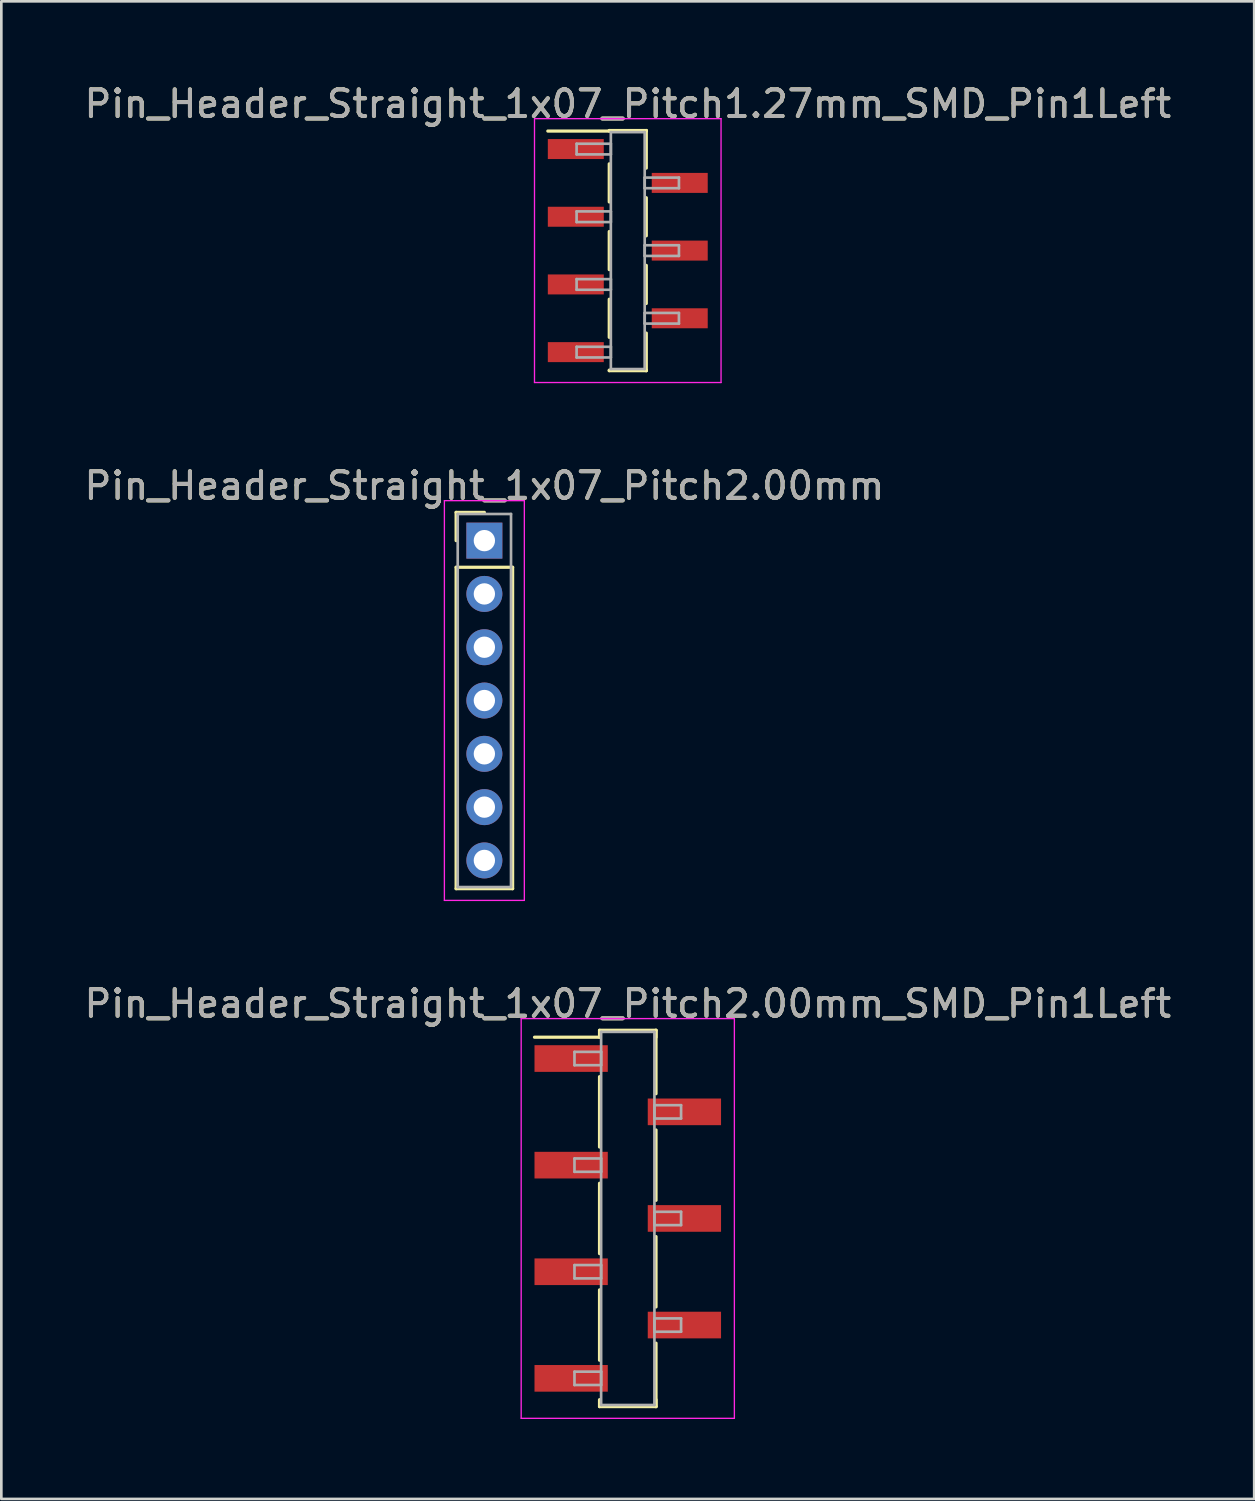
<source format=kicad_pcb>
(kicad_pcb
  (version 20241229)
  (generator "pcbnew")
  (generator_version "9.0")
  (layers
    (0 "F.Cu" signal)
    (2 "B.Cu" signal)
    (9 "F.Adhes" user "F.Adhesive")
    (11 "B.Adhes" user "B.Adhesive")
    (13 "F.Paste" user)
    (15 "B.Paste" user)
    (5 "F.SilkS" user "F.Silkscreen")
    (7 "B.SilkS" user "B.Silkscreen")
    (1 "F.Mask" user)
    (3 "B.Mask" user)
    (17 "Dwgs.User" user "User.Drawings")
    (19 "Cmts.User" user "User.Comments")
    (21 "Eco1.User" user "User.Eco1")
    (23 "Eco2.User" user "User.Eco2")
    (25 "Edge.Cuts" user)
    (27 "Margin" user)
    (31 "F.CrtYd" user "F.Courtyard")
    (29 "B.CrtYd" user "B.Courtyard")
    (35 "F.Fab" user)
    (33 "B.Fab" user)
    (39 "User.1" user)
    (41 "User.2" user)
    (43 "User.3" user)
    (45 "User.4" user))
  (footprint "Pin_Header_Straight_1x07_Pitch2.00mm"
    (layer "F.Cu")
    (at 15.125 17.236)
    (property "Reference" "Pin_Header_Straight_1x07_Pitch2.00mm" (at 0 -2.06 0) (layer "F.SilkS") (effects (font (size 1 1) (thickness 0.15))))
    (attr through_hole)
    (fp_line (start -1.06 -1.06) (end 0 -1.06) (stroke (width 0.12) (type solid)) (layer "F.SilkS"))
    (fp_line (start -1.06 0) (end -1.06 -1.06) (stroke (width 0.12) (type solid)) (layer "F.SilkS"))
    (fp_line (start -1.06 1) (end -1.06 13.06) (stroke (width 0.12) (type solid)) (layer "F.SilkS"))
    (fp_line (start -1.06 13.06) (end 1.06 13.06) (stroke (width 0.12) (type solid)) (layer "F.SilkS"))
    (fp_line (start 1.06 1) (end -1.06 1) (stroke (width 0.12) (type solid)) (layer "F.SilkS"))
    (fp_line (start 1.06 13.06) (end 1.06 1) (stroke (width 0.12) (type solid)) (layer "F.SilkS"))
    (fp_line (start -1.5 -1.5) (end -1.5 13.5) (stroke (width 0.05) (type solid)) (layer "F.CrtYd"))
    (fp_line (start -1.5 13.5) (end 1.5 13.5) (stroke (width 0.05) (type solid)) (layer "F.CrtYd"))
    (fp_line (start 1.5 -1.5) (end -1.5 -1.5) (stroke (width 0.05) (type solid)) (layer "F.CrtYd"))
    (fp_line (start 1.5 13.5) (end 1.5 -1.5) (stroke (width 0.05) (type solid)) (layer "F.CrtYd"))
    (fp_line (start -1 -1) (end -1 13) (stroke (width 0.1) (type solid)) (layer "F.Fab"))
    (fp_line (start -1 13) (end 1 13) (stroke (width 0.1) (type solid)) (layer "F.Fab"))
    (fp_line (start 1 -1) (end -1 -1) (stroke (width 0.1) (type solid)) (layer "F.Fab"))
    (fp_line (start 1 13) (end 1 -1) (stroke (width 0.1) (type solid)) (layer "F.Fab"))
    (fp_text user "${REFERENCE}" (at 0 -2.06 0) (layer "F.Fab") (effects (font (size 1 1) (thickness 0.15))))
    (pad "1" thru_hole rect (at 0 0) (size 1.35 1.35) (drill 0.8) (layers "*.Cu" "*.Mask"))
    (pad "2" thru_hole oval (at 0 2) (size 1.35 1.35) (drill 0.8) (layers "*.Cu" "*.Mask"))
    (pad "3" thru_hole oval (at 0 4) (size 1.35 1.35) (drill 0.8) (layers "*.Cu" "*.Mask"))
    (pad "4" thru_hole oval (at 0 6) (size 1.35 1.35) (drill 0.8) (layers "*.Cu" "*.Mask"))
    (pad "5" thru_hole oval (at 0 8) (size 1.35 1.35) (drill 0.8) (layers "*.Cu" "*.Mask"))
    (pad "6" thru_hole oval (at 0 10) (size 1.35 1.35) (drill 0.8) (layers "*.Cu" "*.Mask"))
    (pad "7" thru_hole oval (at 0 12) (size 1.35 1.35) (drill 0.8) (layers "*.Cu" "*.Mask")))
  (footprint "Pin_Header_Straight_1x07_Pitch1.27mm_SMD_Pin1Left"
    (layer "F.Cu")
    (at 20.506 6.353)
    (property "Reference" "Pin_Header_Straight_1x07_Pitch1.27mm_SMD_Pin1Left" (at 0 -5.505 0) (layer "F.SilkS") (effects (font (size 1 1) (thickness 0.15))))
    (attr smd)
    (fp_line (start -0.695 -4.505) (end 0.695 -4.505) (stroke (width 0.12) (type solid)) (layer "F.SilkS"))
    (fp_line (start -0.695 -4.485) (end -3 -4.485) (stroke (width 0.12) (type solid)) (layer "F.SilkS"))
    (fp_line (start -0.695 -4.485) (end -0.695 -4.505) (stroke (width 0.12) (type solid)) (layer "F.SilkS"))
    (fp_line (start -0.695 -3.255) (end -0.695 -1.825) (stroke (width 0.12) (type solid)) (layer "F.SilkS"))
    (fp_line (start -0.695 -0.715) (end -0.695 0.715) (stroke (width 0.12) (type solid)) (layer "F.SilkS"))
    (fp_line (start -0.695 1.825) (end -0.695 3.255) (stroke (width 0.12) (type solid)) (layer "F.SilkS"))
    (fp_line (start -0.695 4.485) (end -0.695 4.505) (stroke (width 0.12) (type solid)) (layer "F.SilkS"))
    (fp_line (start -0.695 4.505) (end 0.695 4.505) (stroke (width 0.12) (type solid)) (layer "F.SilkS"))
    (fp_line (start 0.695 -4.505) (end 0.695 -4.485) (stroke (width 0.12) (type solid)) (layer "F.SilkS"))
    (fp_line (start 0.695 -4.505) (end 0.695 -3.095) (stroke (width 0.12) (type solid)) (layer "F.SilkS"))
    (fp_line (start 0.695 -1.985) (end 0.695 -0.555) (stroke (width 0.12) (type solid)) (layer "F.SilkS"))
    (fp_line (start 0.695 0.555) (end 0.695 1.985) (stroke (width 0.12) (type solid)) (layer "F.SilkS"))
    (fp_line (start 0.695 3.095) (end 0.695 4.505) (stroke (width 0.12) (type solid)) (layer "F.SilkS"))
    (fp_line (start 0.695 4.505) (end 0.695 4.485) (stroke (width 0.12) (type solid)) (layer "F.SilkS"))
    (fp_line (start -3.5 -4.95) (end -3.5 4.95) (stroke (width 0.05) (type solid)) (layer "F.CrtYd"))
    (fp_line (start -3.5 4.95) (end 3.5 4.95) (stroke (width 0.05) (type solid)) (layer "F.CrtYd"))
    (fp_line (start 3.5 -4.95) (end -3.5 -4.95) (stroke (width 0.05) (type solid)) (layer "F.CrtYd"))
    (fp_line (start 3.5 4.95) (end 3.5 -4.95) (stroke (width 0.05) (type solid)) (layer "F.CrtYd"))
    (fp_line (start -1.92 -4.01) (end -0.635 -4.01) (stroke (width 0.1) (type solid)) (layer "F.Fab"))
    (fp_line (start -1.92 -3.61) (end -1.92 -4.01) (stroke (width 0.1) (type solid)) (layer "F.Fab"))
    (fp_line (start -1.92 -1.47) (end -0.635 -1.47) (stroke (width 0.1) (type solid)) (layer "F.Fab"))
    (fp_line (start -1.92 -1.07) (end -1.92 -1.47) (stroke (width 0.1) (type solid)) (layer "F.Fab"))
    (fp_line (start -1.92 1.07) (end -0.635 1.07) (stroke (width 0.1) (type solid)) (layer "F.Fab"))
    (fp_line (start -1.92 1.47) (end -1.92 1.07) (stroke (width 0.1) (type solid)) (layer "F.Fab"))
    (fp_line (start -1.92 3.61) (end -0.635 3.61) (stroke (width 0.1) (type solid)) (layer "F.Fab"))
    (fp_line (start -1.92 4.01) (end -1.92 3.61) (stroke (width 0.1) (type solid)) (layer "F.Fab"))
    (fp_line (start -0.635 -4.445) (end -0.635 4.445) (stroke (width 0.1) (type solid)) (layer "F.Fab"))
    (fp_line (start -0.635 -4.01) (end -0.635 -3.61) (stroke (width 0.1) (type solid)) (layer "F.Fab"))
    (fp_line (start -0.635 -3.61) (end -1.92 -3.61) (stroke (width 0.1) (type solid)) (layer "F.Fab"))
    (fp_line (start -0.635 -1.47) (end -0.635 -1.07) (stroke (width 0.1) (type solid)) (layer "F.Fab"))
    (fp_line (start -0.635 -1.07) (end -1.92 -1.07) (stroke (width 0.1) (type solid)) (layer "F.Fab"))
    (fp_line (start -0.635 1.07) (end -0.635 1.47) (stroke (width 0.1) (type solid)) (layer "F.Fab"))
    (fp_line (start -0.635 1.47) (end -1.92 1.47) (stroke (width 0.1) (type solid)) (layer "F.Fab"))
    (fp_line (start -0.635 3.61) (end -0.635 4.01) (stroke (width 0.1) (type solid)) (layer "F.Fab"))
    (fp_line (start -0.635 4.01) (end -1.92 4.01) (stroke (width 0.1) (type solid)) (layer "F.Fab"))
    (fp_line (start -0.635 4.445) (end 0.635 4.445) (stroke (width 0.1) (type solid)) (layer "F.Fab"))
    (fp_line (start 0.635 -4.445) (end -0.635 -4.445) (stroke (width 0.1) (type solid)) (layer "F.Fab"))
    (fp_line (start 0.635 -2.74) (end 0.635 -2.34) (stroke (width 0.1) (type solid)) (layer "F.Fab"))
    (fp_line (start 0.635 -2.34) (end 1.92 -2.34) (stroke (width 0.1) (type solid)) (layer "F.Fab"))
    (fp_line (start 0.635 -0.2) (end 0.635 0.2) (stroke (width 0.1) (type solid)) (layer "F.Fab"))
    (fp_line (start 0.635 0.2) (end 1.92 0.2) (stroke (width 0.1) (type solid)) (layer "F.Fab"))
    (fp_line (start 0.635 2.34) (end 0.635 2.74) (stroke (width 0.1) (type solid)) (layer "F.Fab"))
    (fp_line (start 0.635 2.74) (end 1.92 2.74) (stroke (width 0.1) (type solid)) (layer "F.Fab"))
    (fp_line (start 0.635 4.445) (end 0.635 -4.445) (stroke (width 0.1) (type solid)) (layer "F.Fab"))
    (fp_line (start 1.92 -2.74) (end 0.635 -2.74) (stroke (width 0.1) (type solid)) (layer "F.Fab"))
    (fp_line (start 1.92 -2.34) (end 1.92 -2.74) (stroke (width 0.1) (type solid)) (layer "F.Fab"))
    (fp_line (start 1.92 -0.2) (end 0.635 -0.2) (stroke (width 0.1) (type solid)) (layer "F.Fab"))
    (fp_line (start 1.92 0.2) (end 1.92 -0.2) (stroke (width 0.1) (type solid)) (layer "F.Fab"))
    (fp_line (start 1.92 2.34) (end 0.635 2.34) (stroke (width 0.1) (type solid)) (layer "F.Fab"))
    (fp_line (start 1.92 2.74) (end 1.92 2.34) (stroke (width 0.1) (type solid)) (layer "F.Fab"))
    (fp_text user "${REFERENCE}" (at 0 -5.505 0) (layer "F.Fab") (effects (font (size 1 1) (thickness 0.15))))
    (pad "1" smd rect (at -1.95 -3.81) (size 2.1 0.75) (layers "F.Cu" "F.Mask" "F.Paste"))
    (pad "2" smd rect (at 1.95 -2.54) (size 2.1 0.75) (layers "F.Cu" "F.Mask" "F.Paste"))
    (pad "3" smd rect (at -1.95 -1.27) (size 2.1 0.75) (layers "F.Cu" "F.Mask" "F.Paste"))
    (pad "4" smd rect (at 1.95 0) (size 2.1 0.75) (layers "F.Cu" "F.Mask" "F.Paste"))
    (pad "5" smd rect (at -1.95 1.27) (size 2.1 0.75) (layers "F.Cu" "F.Mask" "F.Paste"))
    (pad "6" smd rect (at 1.95 2.54) (size 2.1 0.75) (layers "F.Cu" "F.Mask" "F.Paste"))
    (pad "7" smd rect (at -1.95 3.81) (size 2.1 0.75) (layers "F.Cu" "F.Mask" "F.Paste")))
  (footprint "Pin_Header_Straight_1x07_Pitch2.00mm_SMD_Pin1Left"
    (layer "F.Cu")
    (at 20.506 42.67)
    (property "Reference" "Pin_Header_Straight_1x07_Pitch2.00mm_SMD_Pin1Left" (at 0 -8.06 0) (layer "F.SilkS") (effects (font (size 1 1) (thickness 0.15))))
    (attr smd)
    (fp_line (start -1.06 -7.06) (end 1.06 -7.06) (stroke (width 0.12) (type solid)) (layer "F.SilkS"))
    (fp_line (start -1.06 -6.8) (end -3.5 -6.8) (stroke (width 0.12) (type solid)) (layer "F.SilkS"))
    (fp_line (start -1.06 -6.8) (end -1.06 -7.06) (stroke (width 0.12) (type solid)) (layer "F.SilkS"))
    (fp_line (start -1.06 -5.32) (end -1.06 -2.68) (stroke (width 0.12) (type solid)) (layer "F.SilkS"))
    (fp_line (start -1.06 -1.32) (end -1.06 1.32) (stroke (width 0.12) (type solid)) (layer "F.SilkS"))
    (fp_line (start -1.06 2.68) (end -1.06 5.32) (stroke (width 0.12) (type solid)) (layer "F.SilkS"))
    (fp_line (start -1.06 6.8) (end -1.06 7.06) (stroke (width 0.12) (type solid)) (layer "F.SilkS"))
    (fp_line (start -1.06 7.06) (end 1.06 7.06) (stroke (width 0.12) (type solid)) (layer "F.SilkS"))
    (fp_line (start 1.06 -7.06) (end 1.06 -6.8) (stroke (width 0.12) (type solid)) (layer "F.SilkS"))
    (fp_line (start 1.06 -7.06) (end 1.06 -4.68) (stroke (width 0.12) (type solid)) (layer "F.SilkS"))
    (fp_line (start 1.06 -3.32) (end 1.06 -0.68) (stroke (width 0.12) (type solid)) (layer "F.SilkS"))
    (fp_line (start 1.06 0.68) (end 1.06 3.32) (stroke (width 0.12) (type solid)) (layer "F.SilkS"))
    (fp_line (start 1.06 4.68) (end 1.06 7.06) (stroke (width 0.12) (type solid)) (layer "F.SilkS"))
    (fp_line (start 1.06 7.06) (end 1.06 6.8) (stroke (width 0.12) (type solid)) (layer "F.SilkS"))
    (fp_line (start -4 -7.5) (end -4 7.5) (stroke (width 0.05) (type solid)) (layer "F.CrtYd"))
    (fp_line (start -4 7.5) (end 4 7.5) (stroke (width 0.05) (type solid)) (layer "F.CrtYd"))
    (fp_line (start 4 -7.5) (end -4 -7.5) (stroke (width 0.05) (type solid)) (layer "F.CrtYd"))
    (fp_line (start 4 7.5) (end 4 -7.5) (stroke (width 0.05) (type solid)) (layer "F.CrtYd"))
    (fp_line (start -2 -6.25) (end -1 -6.25) (stroke (width 0.1) (type solid)) (layer "F.Fab"))
    (fp_line (start -2 -5.75) (end -2 -6.25) (stroke (width 0.1) (type solid)) (layer "F.Fab"))
    (fp_line (start -2 -2.25) (end -1 -2.25) (stroke (width 0.1) (type solid)) (layer "F.Fab"))
    (fp_line (start -2 -1.75) (end -2 -2.25) (stroke (width 0.1) (type solid)) (layer "F.Fab"))
    (fp_line (start -2 1.75) (end -1 1.75) (stroke (width 0.1) (type solid)) (layer "F.Fab"))
    (fp_line (start -2 2.25) (end -2 1.75) (stroke (width 0.1) (type solid)) (layer "F.Fab"))
    (fp_line (start -2 5.75) (end -1 5.75) (stroke (width 0.1) (type solid)) (layer "F.Fab"))
    (fp_line (start -2 6.25) (end -2 5.75) (stroke (width 0.1) (type solid)) (layer "F.Fab"))
    (fp_line (start -1 -7) (end -1 7) (stroke (width 0.1) (type solid)) (layer "F.Fab"))
    (fp_line (start -1 -6.25) (end -1 -5.75) (stroke (width 0.1) (type solid)) (layer "F.Fab"))
    (fp_line (start -1 -5.75) (end -2 -5.75) (stroke (width 0.1) (type solid)) (layer "F.Fab"))
    (fp_line (start -1 -2.25) (end -1 -1.75) (stroke (width 0.1) (type solid)) (layer "F.Fab"))
    (fp_line (start -1 -1.75) (end -2 -1.75) (stroke (width 0.1) (type solid)) (layer "F.Fab"))
    (fp_line (start -1 1.75) (end -1 2.25) (stroke (width 0.1) (type solid)) (layer "F.Fab"))
    (fp_line (start -1 2.25) (end -2 2.25) (stroke (width 0.1) (type solid)) (layer "F.Fab"))
    (fp_line (start -1 5.75) (end -1 6.25) (stroke (width 0.1) (type solid)) (layer "F.Fab"))
    (fp_line (start -1 6.25) (end -2 6.25) (stroke (width 0.1) (type solid)) (layer "F.Fab"))
    (fp_line (start -1 7) (end 1 7) (stroke (width 0.1) (type solid)) (layer "F.Fab"))
    (fp_line (start 1 -7) (end -1 -7) (stroke (width 0.1) (type solid)) (layer "F.Fab"))
    (fp_line (start 1 -4.25) (end 1 -3.75) (stroke (width 0.1) (type solid)) (layer "F.Fab"))
    (fp_line (start 1 -3.75) (end 2 -3.75) (stroke (width 0.1) (type solid)) (layer "F.Fab"))
    (fp_line (start 1 -0.25) (end 1 0.25) (stroke (width 0.1) (type solid)) (layer "F.Fab"))
    (fp_line (start 1 0.25) (end 2 0.25) (stroke (width 0.1) (type solid)) (layer "F.Fab"))
    (fp_line (start 1 3.75) (end 1 4.25) (stroke (width 0.1) (type solid)) (layer "F.Fab"))
    (fp_line (start 1 4.25) (end 2 4.25) (stroke (width 0.1) (type solid)) (layer "F.Fab"))
    (fp_line (start 1 7) (end 1 -7) (stroke (width 0.1) (type solid)) (layer "F.Fab"))
    (fp_line (start 2 -4.25) (end 1 -4.25) (stroke (width 0.1) (type solid)) (layer "F.Fab"))
    (fp_line (start 2 -3.75) (end 2 -4.25) (stroke (width 0.1) (type solid)) (layer "F.Fab"))
    (fp_line (start 2 -0.25) (end 1 -0.25) (stroke (width 0.1) (type solid)) (layer "F.Fab"))
    (fp_line (start 2 0.25) (end 2 -0.25) (stroke (width 0.1) (type solid)) (layer "F.Fab"))
    (fp_line (start 2 3.75) (end 1 3.75) (stroke (width 0.1) (type solid)) (layer "F.Fab"))
    (fp_line (start 2 4.25) (end 2 3.75) (stroke (width 0.1) (type solid)) (layer "F.Fab"))
    (fp_text user "${REFERENCE}" (at 0 -8.06 0) (layer "F.Fab") (effects (font (size 1 1) (thickness 0.15))))
    (pad "1" smd rect (at -2.125 -6) (size 2.75 1) (layers "F.Cu" "F.Mask" "F.Paste"))
    (pad "2" smd rect (at 2.125 -4) (size 2.75 1) (layers "F.Cu" "F.Mask" "F.Paste"))
    (pad "3" smd rect (at -2.125 -2) (size 2.75 1) (layers "F.Cu" "F.Mask" "F.Paste"))
    (pad "4" smd rect (at 2.125 0) (size 2.75 1) (layers "F.Cu" "F.Mask" "F.Paste"))
    (pad "5" smd rect (at -2.125 2) (size 2.75 1) (layers "F.Cu" "F.Mask" "F.Paste"))
    (pad "6" smd rect (at 2.125 4) (size 2.75 1) (layers "F.Cu" "F.Mask" "F.Paste"))
    (pad "7" smd rect (at -2.125 6) (size 2.75 1) (layers "F.Cu" "F.Mask" "F.Paste")))
  (gr_rect
    (start -3 -3)
    (end 44.012 53.195)
    (stroke (width 0.1) (type default))
    (fill no)
    (layer "Edge.Cuts")))
</source>
